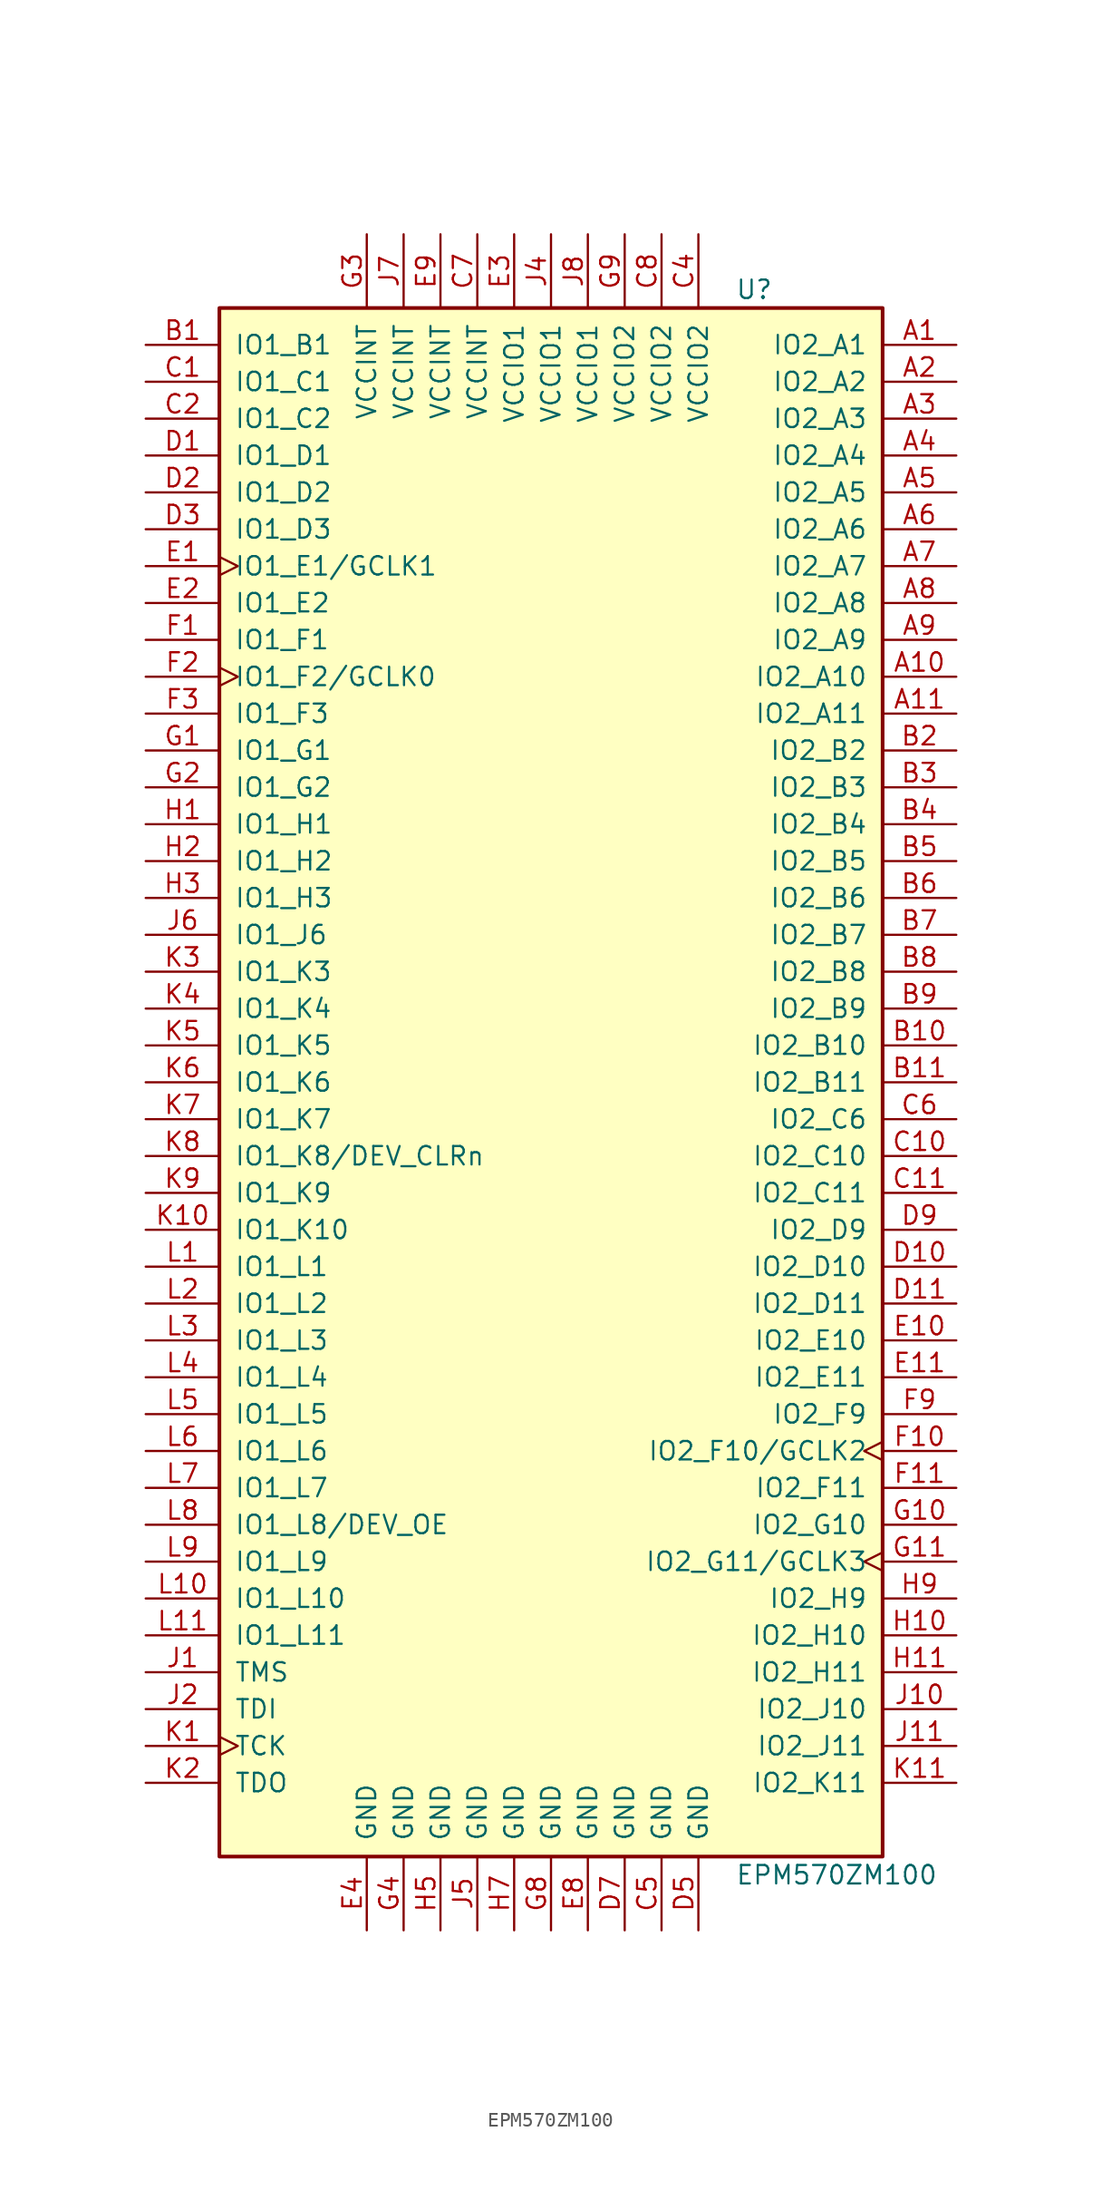
<source format=kicad_sym>
(kicad_symbol_lib
  (version 20220914)
  (generator kicad_symbol_editor)
  (symbol "EPM570ZM100"
    (pin_names
      (offset 1.016))
    (property "Reference" "U"
      (at 12.7 54.61 0)
      (effects (font (size 1.27 1.27)) (justify left)))
    (property "Value" "EPM570ZM100"
      (at 12.7 -54.61 0)
      (effects (font (size 1.27 1.27)) (justify left)))
    (property "ki_locked" ""
      (at 0 0 0)
      (effects (font (size 1.27 1.27))))
    (symbol "EPM570ZM100_1_1"
      (rectangle (start -22.86 53.34) (end 22.86 -53.34) (stroke (width 0.254) (type default)) (fill (type background)))
      (pin bidirectional line (at 27.94 50.8 180) (length 5.08) (name "IO2_A1" (effects (font (size 1.27 1.27)))) (number "A1" (effects (font (size 1.27 1.27)))))
      (pin bidirectional line (at 27.94 27.94 180) (length 5.08) (name "IO2_A10" (effects (font (size 1.27 1.27)))) (number "A10" (effects (font (size 1.27 1.27)))))
      (pin bidirectional line (at 27.94 25.4 180) (length 5.08) (name "IO2_A11" (effects (font (size 1.27 1.27)))) (number "A11" (effects (font (size 1.27 1.27)))))
      (pin bidirectional line (at 27.94 48.26 180) (length 5.08) (name "IO2_A2" (effects (font (size 1.27 1.27)))) (number "A2" (effects (font (size 1.27 1.27)))))
      (pin bidirectional line (at 27.94 45.72 180) (length 5.08) (name "IO2_A3" (effects (font (size 1.27 1.27)))) (number "A3" (effects (font (size 1.27 1.27)))))
      (pin bidirectional line (at 27.94 43.18 180) (length 5.08) (name "IO2_A4" (effects (font (size 1.27 1.27)))) (number "A4" (effects (font (size 1.27 1.27)))))
      (pin bidirectional line (at 27.94 40.64 180) (length 5.08) (name "IO2_A5" (effects (font (size 1.27 1.27)))) (number "A5" (effects (font (size 1.27 1.27)))))
      (pin bidirectional line (at 27.94 38.1 180) (length 5.08) (name "IO2_A6" (effects (font (size 1.27 1.27)))) (number "A6" (effects (font (size 1.27 1.27)))))
      (pin bidirectional line (at 27.94 35.56 180) (length 5.08) (name "IO2_A7" (effects (font (size 1.27 1.27)))) (number "A7" (effects (font (size 1.27 1.27)))))
      (pin bidirectional line (at 27.94 33.02 180) (length 5.08) (name "IO2_A8" (effects (font (size 1.27 1.27)))) (number "A8" (effects (font (size 1.27 1.27)))))
      (pin bidirectional line (at 27.94 30.48 180) (length 5.08) (name "IO2_A9" (effects (font (size 1.27 1.27)))) (number "A9" (effects (font (size 1.27 1.27)))))
      (pin bidirectional line (at -27.94 50.8 0) (length 5.08) (name "IO1_B1" (effects (font (size 1.27 1.27)))) (number "B1" (effects (font (size 1.27 1.27)))))
      (pin bidirectional line (at 27.94 2.54 180) (length 5.08) (name "IO2_B10" (effects (font (size 1.27 1.27)))) (number "B10" (effects (font (size 1.27 1.27)))))
      (pin bidirectional line (at 27.94 0 180) (length 5.08) (name "IO2_B11" (effects (font (size 1.27 1.27)))) (number "B11" (effects (font (size 1.27 1.27)))))
      (pin bidirectional line (at 27.94 22.86 180) (length 5.08) (name "IO2_B2" (effects (font (size 1.27 1.27)))) (number "B2" (effects (font (size 1.27 1.27)))))
      (pin bidirectional line (at 27.94 20.32 180) (length 5.08) (name "IO2_B3" (effects (font (size 1.27 1.27)))) (number "B3" (effects (font (size 1.27 1.27)))))
      (pin bidirectional line (at 27.94 17.78 180) (length 5.08) (name "IO2_B4" (effects (font (size 1.27 1.27)))) (number "B4" (effects (font (size 1.27 1.27)))))
      (pin bidirectional line (at 27.94 15.24 180) (length 5.08) (name "IO2_B5" (effects (font (size 1.27 1.27)))) (number "B5" (effects (font (size 1.27 1.27)))))
      (pin bidirectional line (at 27.94 12.7 180) (length 5.08) (name "IO2_B6" (effects (font (size 1.27 1.27)))) (number "B6" (effects (font (size 1.27 1.27)))))
      (pin bidirectional line (at 27.94 10.16 180) (length 5.08) (name "IO2_B7" (effects (font (size 1.27 1.27)))) (number "B7" (effects (font (size 1.27 1.27)))))
      (pin bidirectional line (at 27.94 7.62 180) (length 5.08) (name "IO2_B8" (effects (font (size 1.27 1.27)))) (number "B8" (effects (font (size 1.27 1.27)))))
      (pin bidirectional line (at 27.94 5.08 180) (length 5.08) (name "IO2_B9" (effects (font (size 1.27 1.27)))) (number "B9" (effects (font (size 1.27 1.27)))))
      (pin bidirectional line (at -27.94 48.26 0) (length 5.08) (name "IO1_C1" (effects (font (size 1.27 1.27)))) (number "C1" (effects (font (size 1.27 1.27)))))
      (pin bidirectional line (at 27.94 -5.08 180) (length 5.08) (name "IO2_C10" (effects (font (size 1.27 1.27)))) (number "C10" (effects (font (size 1.27 1.27)))))
      (pin bidirectional line (at 27.94 -7.62 180) (length 5.08) (name "IO2_C11" (effects (font (size 1.27 1.27)))) (number "C11" (effects (font (size 1.27 1.27)))))
      (pin bidirectional line (at -27.94 45.72 0) (length 5.08) (name "IO1_C2" (effects (font (size 1.27 1.27)))) (number "C2" (effects (font (size 1.27 1.27)))))
      (pin power_in line (at 10.16 58.42 270) (length 5.08) (name "VCCIO2" (effects (font (size 1.27 1.27)))) (number "C4" (effects (font (size 1.27 1.27)))))
      (pin power_in line (at 7.62 -58.42 90) (length 5.08) (name "GND" (effects (font (size 1.27 1.27)))) (number "C5" (effects (font (size 1.27 1.27)))))
      (pin bidirectional line (at 27.94 -2.54 180) (length 5.08) (name "IO2_C6" (effects (font (size 1.27 1.27)))) (number "C6" (effects (font (size 1.27 1.27)))))
      (pin power_in line (at -5.08 58.42 270) (length 5.08) (name "VCCINT" (effects (font (size 1.27 1.27)))) (number "C7" (effects (font (size 1.27 1.27)))))
      (pin power_in line (at 7.62 58.42 270) (length 5.08) (name "VCCIO2" (effects (font (size 1.27 1.27)))) (number "C8" (effects (font (size 1.27 1.27)))))
      (pin bidirectional line (at -27.94 43.18 0) (length 5.08) (name "IO1_D1" (effects (font (size 1.27 1.27)))) (number "D1" (effects (font (size 1.27 1.27)))))
      (pin bidirectional line (at 27.94 -12.7 180) (length 5.08) (name "IO2_D10" (effects (font (size 1.27 1.27)))) (number "D10" (effects (font (size 1.27 1.27)))))
      (pin bidirectional line (at 27.94 -15.24 180) (length 5.08) (name "IO2_D11" (effects (font (size 1.27 1.27)))) (number "D11" (effects (font (size 1.27 1.27)))))
      (pin bidirectional line (at -27.94 40.64 0) (length 5.08) (name "IO1_D2" (effects (font (size 1.27 1.27)))) (number "D2" (effects (font (size 1.27 1.27)))))
      (pin bidirectional line (at -27.94 38.1 0) (length 5.08) (name "IO1_D3" (effects (font (size 1.27 1.27)))) (number "D3" (effects (font (size 1.27 1.27)))))
      (pin power_in line (at 10.16 -58.42 90) (length 5.08) (name "GND" (effects (font (size 1.27 1.27)))) (number "D5" (effects (font (size 1.27 1.27)))))
      (pin power_in line (at 5.08 -58.42 90) (length 5.08) (name "GND" (effects (font (size 1.27 1.27)))) (number "D7" (effects (font (size 1.27 1.27)))))
      (pin bidirectional line (at 27.94 -10.16 180) (length 5.08) (name "IO2_D9" (effects (font (size 1.27 1.27)))) (number "D9" (effects (font (size 1.27 1.27)))))
      (pin bidirectional clock (at -27.94 35.56 0) (length 5.08) (name "IO1_E1/GCLK1" (effects (font (size 1.27 1.27)))) (number "E1" (effects (font (size 1.27 1.27)))))
      (pin bidirectional line (at 27.94 -17.78 180) (length 5.08) (name "IO2_E10" (effects (font (size 1.27 1.27)))) (number "E10" (effects (font (size 1.27 1.27)))))
      (pin bidirectional line (at 27.94 -20.32 180) (length 5.08) (name "IO2_E11" (effects (font (size 1.27 1.27)))) (number "E11" (effects (font (size 1.27 1.27)))))
      (pin bidirectional line (at -27.94 33.02 0) (length 5.08) (name "IO1_E2" (effects (font (size 1.27 1.27)))) (number "E2" (effects (font (size 1.27 1.27)))))
      (pin power_in line (at -2.54 58.42 270) (length 5.08) (name "VCCIO1" (effects (font (size 1.27 1.27)))) (number "E3" (effects (font (size 1.27 1.27)))))
      (pin power_in line (at -12.7 -58.42 90) (length 5.08) (name "GND" (effects (font (size 1.27 1.27)))) (number "E4" (effects (font (size 1.27 1.27)))))
      (pin power_in line (at 2.54 -58.42 90) (length 5.08) (name "GND" (effects (font (size 1.27 1.27)))) (number "E8" (effects (font (size 1.27 1.27)))))
      (pin power_in line (at -7.62 58.42 270) (length 5.08) (name "VCCINT" (effects (font (size 1.27 1.27)))) (number "E9" (effects (font (size 1.27 1.27)))))
      (pin bidirectional line (at -27.94 30.48 0) (length 5.08) (name "IO1_F1" (effects (font (size 1.27 1.27)))) (number "F1" (effects (font (size 1.27 1.27)))))
      (pin bidirectional clock (at 27.94 -25.4 180) (length 5.08) (name "IO2_F10/GCLK2" (effects (font (size 1.27 1.27)))) (number "F10" (effects (font (size 1.27 1.27)))))
      (pin bidirectional line (at 27.94 -27.94 180) (length 5.08) (name "IO2_F11" (effects (font (size 1.27 1.27)))) (number "F11" (effects (font (size 1.27 1.27)))))
      (pin bidirectional clock (at -27.94 27.94 0) (length 5.08) (name "IO1_F2/GCLK0" (effects (font (size 1.27 1.27)))) (number "F2" (effects (font (size 1.27 1.27)))))
      (pin bidirectional line (at -27.94 25.4 0) (length 5.08) (name "IO1_F3" (effects (font (size 1.27 1.27)))) (number "F3" (effects (font (size 1.27 1.27)))))
      (pin bidirectional line (at 27.94 -22.86 180) (length 5.08) (name "IO2_F9" (effects (font (size 1.27 1.27)))) (number "F9" (effects (font (size 1.27 1.27)))))
      (pin bidirectional line (at -27.94 22.86 0) (length 5.08) (name "IO1_G1" (effects (font (size 1.27 1.27)))) (number "G1" (effects (font (size 1.27 1.27)))))
      (pin bidirectional line (at 27.94 -30.48 180) (length 5.08) (name "IO2_G10" (effects (font (size 1.27 1.27)))) (number "G10" (effects (font (size 1.27 1.27)))))
      (pin bidirectional clock (at 27.94 -33.02 180) (length 5.08) (name "IO2_G11/GCLK3" (effects (font (size 1.27 1.27)))) (number "G11" (effects (font (size 1.27 1.27)))))
      (pin bidirectional line (at -27.94 20.32 0) (length 5.08) (name "IO1_G2" (effects (font (size 1.27 1.27)))) (number "G2" (effects (font (size 1.27 1.27)))))
      (pin power_in line (at -12.7 58.42 270) (length 5.08) (name "VCCINT" (effects (font (size 1.27 1.27)))) (number "G3" (effects (font (size 1.27 1.27)))))
      (pin power_in line (at -10.16 -58.42 90) (length 5.08) (name "GND" (effects (font (size 1.27 1.27)))) (number "G4" (effects (font (size 1.27 1.27)))))
      (pin power_in line (at 0 -58.42 90) (length 5.08) (name "GND" (effects (font (size 1.27 1.27)))) (number "G8" (effects (font (size 1.27 1.27)))))
      (pin power_in line (at 5.08 58.42 270) (length 5.08) (name "VCCIO2" (effects (font (size 1.27 1.27)))) (number "G9" (effects (font (size 1.27 1.27)))))
      (pin bidirectional line (at -27.94 17.78 0) (length 5.08) (name "IO1_H1" (effects (font (size 1.27 1.27)))) (number "H1" (effects (font (size 1.27 1.27)))))
      (pin bidirectional line (at 27.94 -38.1 180) (length 5.08) (name "IO2_H10" (effects (font (size 1.27 1.27)))) (number "H10" (effects (font (size 1.27 1.27)))))
      (pin bidirectional line (at 27.94 -40.64 180) (length 5.08) (name "IO2_H11" (effects (font (size 1.27 1.27)))) (number "H11" (effects (font (size 1.27 1.27)))))
      (pin bidirectional line (at -27.94 15.24 0) (length 5.08) (name "IO1_H2" (effects (font (size 1.27 1.27)))) (number "H2" (effects (font (size 1.27 1.27)))))
      (pin bidirectional line (at -27.94 12.7 0) (length 5.08) (name "IO1_H3" (effects (font (size 1.27 1.27)))) (number "H3" (effects (font (size 1.27 1.27)))))
      (pin power_in line (at -7.62 -58.42 90) (length 5.08) (name "GND" (effects (font (size 1.27 1.27)))) (number "H5" (effects (font (size 1.27 1.27)))))
      (pin power_in line (at -2.54 -58.42 90) (length 5.08) (name "GND" (effects (font (size 1.27 1.27)))) (number "H7" (effects (font (size 1.27 1.27)))))
      (pin bidirectional line (at 27.94 -35.56 180) (length 5.08) (name "IO2_H9" (effects (font (size 1.27 1.27)))) (number "H9" (effects (font (size 1.27 1.27)))))
      (pin input line (at -27.94 -40.64 0) (length 5.08) (name "TMS" (effects (font (size 1.27 1.27)))) (number "J1" (effects (font (size 1.27 1.27)))))
      (pin bidirectional line (at 27.94 -43.18 180) (length 5.08) (name "IO2_J10" (effects (font (size 1.27 1.27)))) (number "J10" (effects (font (size 1.27 1.27)))))
      (pin bidirectional line (at 27.94 -45.72 180) (length 5.08) (name "IO2_J11" (effects (font (size 1.27 1.27)))) (number "J11" (effects (font (size 1.27 1.27)))))
      (pin input line (at -27.94 -43.18 0) (length 5.08) (name "TDI" (effects (font (size 1.27 1.27)))) (number "J2" (effects (font (size 1.27 1.27)))))
      (pin power_in line (at 0 58.42 270) (length 5.08) (name "VCCIO1" (effects (font (size 1.27 1.27)))) (number "J4" (effects (font (size 1.27 1.27)))))
      (pin power_in line (at -5.08 -58.42 90) (length 5.08) (name "GND" (effects (font (size 1.27 1.27)))) (number "J5" (effects (font (size 1.27 1.27)))))
      (pin bidirectional line (at -27.94 10.16 0) (length 5.08) (name "IO1_J6" (effects (font (size 1.27 1.27)))) (number "J6" (effects (font (size 1.27 1.27)))))
      (pin power_in line (at -10.16 58.42 270) (length 5.08) (name "VCCINT" (effects (font (size 1.27 1.27)))) (number "J7" (effects (font (size 1.27 1.27)))))
      (pin power_in line (at 2.54 58.42 270) (length 5.08) (name "VCCIO1" (effects (font (size 1.27 1.27)))) (number "J8" (effects (font (size 1.27 1.27)))))
      (pin input clock (at -27.94 -45.72 0) (length 5.08) (name "TCK" (effects (font (size 1.27 1.27)))) (number "K1" (effects (font (size 1.27 1.27)))))
      (pin bidirectional line (at -27.94 -10.16 0) (length 5.08) (name "IO1_K10" (effects (font (size 1.27 1.27)))) (number "K10" (effects (font (size 1.27 1.27)))))
      (pin bidirectional line (at 27.94 -48.26 180) (length 5.08) (name "IO2_K11" (effects (font (size 1.27 1.27)))) (number "K11" (effects (font (size 1.27 1.27)))))
      (pin output line (at -27.94 -48.26 0) (length 5.08) (name "TDO" (effects (font (size 1.27 1.27)))) (number "K2" (effects (font (size 1.27 1.27)))))
      (pin bidirectional line (at -27.94 7.62 0) (length 5.08) (name "IO1_K3" (effects (font (size 1.27 1.27)))) (number "K3" (effects (font (size 1.27 1.27)))))
      (pin bidirectional line (at -27.94 5.08 0) (length 5.08) (name "IO1_K4" (effects (font (size 1.27 1.27)))) (number "K4" (effects (font (size 1.27 1.27)))))
      (pin bidirectional line (at -27.94 2.54 0) (length 5.08) (name "IO1_K5" (effects (font (size 1.27 1.27)))) (number "K5" (effects (font (size 1.27 1.27)))))
      (pin bidirectional line (at -27.94 0 0) (length 5.08) (name "IO1_K6" (effects (font (size 1.27 1.27)))) (number "K6" (effects (font (size 1.27 1.27)))))
      (pin bidirectional line (at -27.94 -2.54 0) (length 5.08) (name "IO1_K7" (effects (font (size 1.27 1.27)))) (number "K7" (effects (font (size 1.27 1.27)))))
      (pin bidirectional line (at -27.94 -5.08 0) (length 5.08) (name "IO1_K8/DEV_CLRn" (effects (font (size 1.27 1.27)))) (number "K8" (effects (font (size 1.27 1.27)))))
      (pin bidirectional line (at -27.94 -7.62 0) (length 5.08) (name "IO1_K9" (effects (font (size 1.27 1.27)))) (number "K9" (effects (font (size 1.27 1.27)))))
      (pin bidirectional line (at -27.94 -12.7 0) (length 5.08) (name "IO1_L1" (effects (font (size 1.27 1.27)))) (number "L1" (effects (font (size 1.27 1.27)))))
      (pin bidirectional line (at -27.94 -35.56 0) (length 5.08) (name "IO1_L10" (effects (font (size 1.27 1.27)))) (number "L10" (effects (font (size 1.27 1.27)))))
      (pin bidirectional line (at -27.94 -38.1 0) (length 5.08) (name "IO1_L11" (effects (font (size 1.27 1.27)))) (number "L11" (effects (font (size 1.27 1.27)))))
      (pin bidirectional line (at -27.94 -15.24 0) (length 5.08) (name "IO1_L2" (effects (font (size 1.27 1.27)))) (number "L2" (effects (font (size 1.27 1.27)))))
      (pin bidirectional line (at -27.94 -17.78 0) (length 5.08) (name "IO1_L3" (effects (font (size 1.27 1.27)))) (number "L3" (effects (font (size 1.27 1.27)))))
      (pin bidirectional line (at -27.94 -20.32 0) (length 5.08) (name "IO1_L4" (effects (font (size 1.27 1.27)))) (number "L4" (effects (font (size 1.27 1.27)))))
      (pin bidirectional line (at -27.94 -22.86 0) (length 5.08) (name "IO1_L5" (effects (font (size 1.27 1.27)))) (number "L5" (effects (font (size 1.27 1.27)))))
      (pin bidirectional line (at -27.94 -25.4 0) (length 5.08) (name "IO1_L6" (effects (font (size 1.27 1.27)))) (number "L6" (effects (font (size 1.27 1.27)))))
      (pin bidirectional line (at -27.94 -27.94 0) (length 5.08) (name "IO1_L7" (effects (font (size 1.27 1.27)))) (number "L7" (effects (font (size 1.27 1.27)))))
      (pin bidirectional line (at -27.94 -30.48 0) (length 5.08) (name "IO1_L8/DEV_OE" (effects (font (size 1.27 1.27)))) (number "L8" (effects (font (size 1.27 1.27)))))
      (pin bidirectional line (at -27.94 -33.02 0) (length 5.08) (name "IO1_L9" (effects (font (size 1.27 1.27)))) (number "L9" (effects (font (size 1.27 1.27))))))))
</source>
